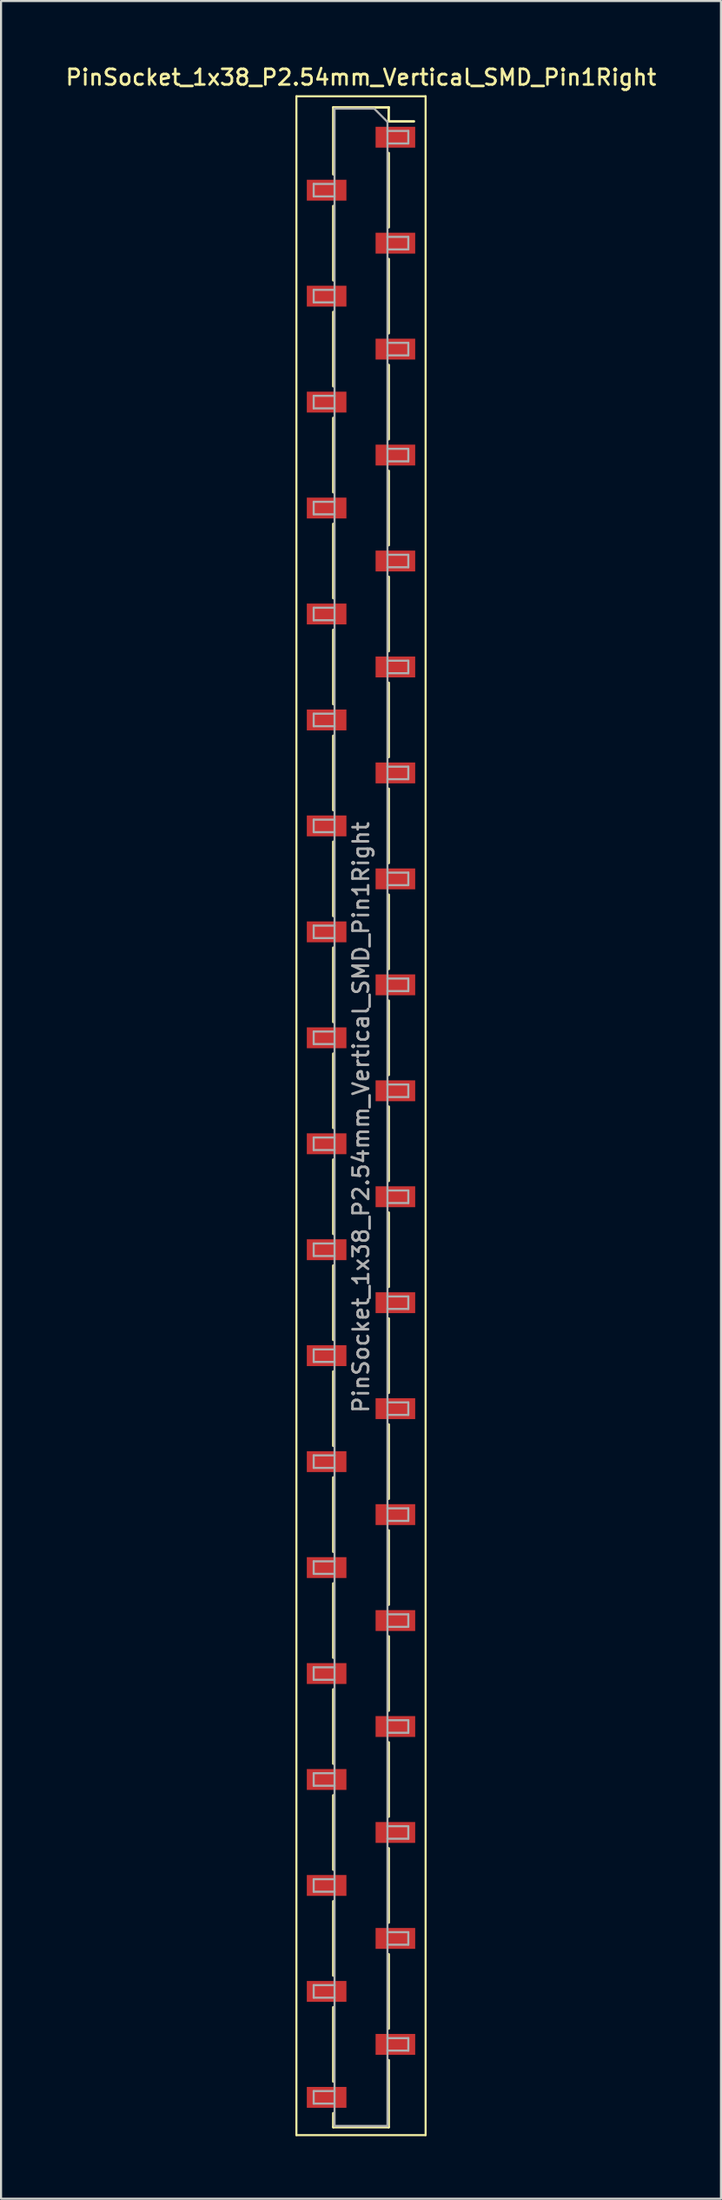
<source format=kicad_pcb>
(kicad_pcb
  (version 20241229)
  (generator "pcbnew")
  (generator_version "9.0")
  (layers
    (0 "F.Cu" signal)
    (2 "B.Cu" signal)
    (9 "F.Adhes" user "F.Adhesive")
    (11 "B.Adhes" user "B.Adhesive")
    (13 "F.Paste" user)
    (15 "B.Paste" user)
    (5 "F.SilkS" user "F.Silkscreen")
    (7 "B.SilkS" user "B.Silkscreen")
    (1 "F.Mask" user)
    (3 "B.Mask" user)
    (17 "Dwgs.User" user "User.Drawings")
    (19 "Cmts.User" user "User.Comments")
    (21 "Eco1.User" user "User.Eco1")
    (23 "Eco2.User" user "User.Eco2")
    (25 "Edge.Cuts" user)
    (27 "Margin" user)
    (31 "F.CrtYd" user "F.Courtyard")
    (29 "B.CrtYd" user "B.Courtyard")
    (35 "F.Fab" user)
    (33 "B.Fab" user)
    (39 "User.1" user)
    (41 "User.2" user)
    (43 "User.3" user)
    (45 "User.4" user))
  (footprint "PinSocket_1x38_P2.54mm_Vertical_SMD_Pin1Right"
    (layer "F.Cu")
    (at 14.273 50.518)
    (property "Reference" "PinSocket_1x38_P2.54mm_Vertical_SMD_Pin1Right" (at 0 -49.86 0) (layer "F.SilkS") (effects (font (size 0.75 0.75) (thickness 0.125))))
    (attr smd)
    (fp_line (start -3.1 -48.95) (end 3.1 -48.95) (stroke (width 0.1) (type solid)) (layer "F.SilkS"))
    (fp_line (start -3.1 48.8) (end -3.1 -48.95) (stroke (width 0.1) (type solid)) (layer "F.SilkS"))
    (fp_line (start -1.33 -48.42) (end -1.33 -45.21) (stroke (width 0.12) (type solid)) (layer "F.SilkS"))
    (fp_line (start -1.33 -48.42) (end 1.33 -48.42) (stroke (width 0.12) (type solid)) (layer "F.SilkS"))
    (fp_line (start -1.33 -43.69) (end -1.33 -40.13) (stroke (width 0.12) (type solid)) (layer "F.SilkS"))
    (fp_line (start -1.33 -38.61) (end -1.33 -35.05) (stroke (width 0.12) (type solid)) (layer "F.SilkS"))
    (fp_line (start -1.33 -33.53) (end -1.33 -29.97) (stroke (width 0.12) (type solid)) (layer "F.SilkS"))
    (fp_line (start -1.33 -28.45) (end -1.33 -24.89) (stroke (width 0.12) (type solid)) (layer "F.SilkS"))
    (fp_line (start -1.33 -23.37) (end -1.33 -19.81) (stroke (width 0.12) (type solid)) (layer "F.SilkS"))
    (fp_line (start -1.33 -18.29) (end -1.33 -14.73) (stroke (width 0.12) (type solid)) (layer "F.SilkS"))
    (fp_line (start -1.33 -13.21) (end -1.33 -9.65) (stroke (width 0.12) (type solid)) (layer "F.SilkS"))
    (fp_line (start -1.33 -8.13) (end -1.33 -4.57) (stroke (width 0.12) (type solid)) (layer "F.SilkS"))
    (fp_line (start -1.33 -3.05) (end -1.33 0.51) (stroke (width 0.12) (type solid)) (layer "F.SilkS"))
    (fp_line (start -1.33 2.03) (end -1.33 5.59) (stroke (width 0.12) (type solid)) (layer "F.SilkS"))
    (fp_line (start -1.33 7.11) (end -1.33 10.67) (stroke (width 0.12) (type solid)) (layer "F.SilkS"))
    (fp_line (start -1.33 12.19) (end -1.33 15.75) (stroke (width 0.12) (type solid)) (layer "F.SilkS"))
    (fp_line (start -1.33 17.27) (end -1.33 20.83) (stroke (width 0.12) (type solid)) (layer "F.SilkS"))
    (fp_line (start -1.33 22.35) (end -1.33 25.91) (stroke (width 0.12) (type solid)) (layer "F.SilkS"))
    (fp_line (start -1.33 27.43) (end -1.33 30.99) (stroke (width 0.12) (type solid)) (layer "F.SilkS"))
    (fp_line (start -1.33 32.51) (end -1.33 36.07) (stroke (width 0.12) (type solid)) (layer "F.SilkS"))
    (fp_line (start -1.33 37.59) (end -1.33 41.15) (stroke (width 0.12) (type solid)) (layer "F.SilkS"))
    (fp_line (start -1.33 42.67) (end -1.33 46.23) (stroke (width 0.12) (type solid)) (layer "F.SilkS"))
    (fp_line (start -1.33 47.75) (end -1.33 48.42) (stroke (width 0.12) (type solid)) (layer "F.SilkS"))
    (fp_line (start -1.33 48.42) (end 1.33 48.42) (stroke (width 0.12) (type solid)) (layer "F.SilkS"))
    (fp_line (start 1.33 -48.42) (end 1.33 -47.75) (stroke (width 0.12) (type solid)) (layer "F.SilkS"))
    (fp_line (start 1.33 -47.75) (end 2.54 -47.75) (stroke (width 0.12) (type solid)) (layer "F.SilkS"))
    (fp_line (start 1.33 -46.23) (end 1.33 -42.67) (stroke (width 0.12) (type solid)) (layer "F.SilkS"))
    (fp_line (start 1.33 -41.15) (end 1.33 -37.59) (stroke (width 0.12) (type solid)) (layer "F.SilkS"))
    (fp_line (start 1.33 -36.07) (end 1.33 -32.51) (stroke (width 0.12) (type solid)) (layer "F.SilkS"))
    (fp_line (start 1.33 -30.99) (end 1.33 -27.43) (stroke (width 0.12) (type solid)) (layer "F.SilkS"))
    (fp_line (start 1.33 -25.91) (end 1.33 -22.35) (stroke (width 0.12) (type solid)) (layer "F.SilkS"))
    (fp_line (start 1.33 -20.83) (end 1.33 -17.27) (stroke (width 0.12) (type solid)) (layer "F.SilkS"))
    (fp_line (start 1.33 -15.75) (end 1.33 -12.19) (stroke (width 0.12) (type solid)) (layer "F.SilkS"))
    (fp_line (start 1.33 -10.67) (end 1.33 -7.11) (stroke (width 0.12) (type solid)) (layer "F.SilkS"))
    (fp_line (start 1.33 -5.59) (end 1.33 -2.03) (stroke (width 0.12) (type solid)) (layer "F.SilkS"))
    (fp_line (start 1.33 -0.51) (end 1.33 3.05) (stroke (width 0.12) (type solid)) (layer "F.SilkS"))
    (fp_line (start 1.33 4.57) (end 1.33 8.13) (stroke (width 0.12) (type solid)) (layer "F.SilkS"))
    (fp_line (start 1.33 9.65) (end 1.33 13.21) (stroke (width 0.12) (type solid)) (layer "F.SilkS"))
    (fp_line (start 1.33 14.73) (end 1.33 18.29) (stroke (width 0.12) (type solid)) (layer "F.SilkS"))
    (fp_line (start 1.33 19.81) (end 1.33 23.37) (stroke (width 0.12) (type solid)) (layer "F.SilkS"))
    (fp_line (start 1.33 24.89) (end 1.33 28.45) (stroke (width 0.12) (type solid)) (layer "F.SilkS"))
    (fp_line (start 1.33 29.97) (end 1.33 33.53) (stroke (width 0.12) (type solid)) (layer "F.SilkS"))
    (fp_line (start 1.33 35.05) (end 1.33 38.61) (stroke (width 0.12) (type solid)) (layer "F.SilkS"))
    (fp_line (start 1.33 40.13) (end 1.33 43.69) (stroke (width 0.12) (type solid)) (layer "F.SilkS"))
    (fp_line (start 1.33 45.21) (end 1.33 48.42) (stroke (width 0.12) (type solid)) (layer "F.SilkS"))
    (fp_line (start 3.1 -48.95) (end 3.1 48.8) (stroke (width 0.1) (type solid)) (layer "F.SilkS"))
    (fp_line (start 3.1 48.8) (end -3.1 48.8) (stroke (width 0.1) (type solid)) (layer "F.SilkS"))
    (fp_line (start -2.27 -44.75) (end -1.27 -44.75) (stroke (width 0.1) (type solid)) (layer "F.Fab"))
    (fp_line (start -2.27 -44.15) (end -2.27 -44.75) (stroke (width 0.1) (type solid)) (layer "F.Fab"))
    (fp_line (start -2.27 -39.67) (end -1.27 -39.67) (stroke (width 0.1) (type solid)) (layer "F.Fab"))
    (fp_line (start -2.27 -39.07) (end -2.27 -39.67) (stroke (width 0.1) (type solid)) (layer "F.Fab"))
    (fp_line (start -2.27 -34.59) (end -1.27 -34.59) (stroke (width 0.1) (type solid)) (layer "F.Fab"))
    (fp_line (start -2.27 -33.99) (end -2.27 -34.59) (stroke (width 0.1) (type solid)) (layer "F.Fab"))
    (fp_line (start -2.27 -29.51) (end -1.27 -29.51) (stroke (width 0.1) (type solid)) (layer "F.Fab"))
    (fp_line (start -2.27 -28.91) (end -2.27 -29.51) (stroke (width 0.1) (type solid)) (layer "F.Fab"))
    (fp_line (start -2.27 -24.43) (end -1.27 -24.43) (stroke (width 0.1) (type solid)) (layer "F.Fab"))
    (fp_line (start -2.27 -23.83) (end -2.27 -24.43) (stroke (width 0.1) (type solid)) (layer "F.Fab"))
    (fp_line (start -2.27 -19.35) (end -1.27 -19.35) (stroke (width 0.1) (type solid)) (layer "F.Fab"))
    (fp_line (start -2.27 -18.75) (end -2.27 -19.35) (stroke (width 0.1) (type solid)) (layer "F.Fab"))
    (fp_line (start -2.27 -14.27) (end -1.27 -14.27) (stroke (width 0.1) (type solid)) (layer "F.Fab"))
    (fp_line (start -2.27 -13.67) (end -2.27 -14.27) (stroke (width 0.1) (type solid)) (layer "F.Fab"))
    (fp_line (start -2.27 -9.19) (end -1.27 -9.19) (stroke (width 0.1) (type solid)) (layer "F.Fab"))
    (fp_line (start -2.27 -8.59) (end -2.27 -9.19) (stroke (width 0.1) (type solid)) (layer "F.Fab"))
    (fp_line (start -2.27 -4.11) (end -1.27 -4.11) (stroke (width 0.1) (type solid)) (layer "F.Fab"))
    (fp_line (start -2.27 -3.51) (end -2.27 -4.11) (stroke (width 0.1) (type solid)) (layer "F.Fab"))
    (fp_line (start -2.27 0.97) (end -1.27 0.97) (stroke (width 0.1) (type solid)) (layer "F.Fab"))
    (fp_line (start -2.27 1.57) (end -2.27 0.97) (stroke (width 0.1) (type solid)) (layer "F.Fab"))
    (fp_line (start -2.27 6.05) (end -1.27 6.05) (stroke (width 0.1) (type solid)) (layer "F.Fab"))
    (fp_line (start -2.27 6.65) (end -2.27 6.05) (stroke (width 0.1) (type solid)) (layer "F.Fab"))
    (fp_line (start -2.27 11.13) (end -1.27 11.13) (stroke (width 0.1) (type solid)) (layer "F.Fab"))
    (fp_line (start -2.27 11.73) (end -2.27 11.13) (stroke (width 0.1) (type solid)) (layer "F.Fab"))
    (fp_line (start -2.27 16.21) (end -1.27 16.21) (stroke (width 0.1) (type solid)) (layer "F.Fab"))
    (fp_line (start -2.27 16.81) (end -2.27 16.21) (stroke (width 0.1) (type solid)) (layer "F.Fab"))
    (fp_line (start -2.27 21.29) (end -1.27 21.29) (stroke (width 0.1) (type solid)) (layer "F.Fab"))
    (fp_line (start -2.27 21.89) (end -2.27 21.29) (stroke (width 0.1) (type solid)) (layer "F.Fab"))
    (fp_line (start -2.27 26.37) (end -1.27 26.37) (stroke (width 0.1) (type solid)) (layer "F.Fab"))
    (fp_line (start -2.27 26.97) (end -2.27 26.37) (stroke (width 0.1) (type solid)) (layer "F.Fab"))
    (fp_line (start -2.27 31.45) (end -1.27 31.45) (stroke (width 0.1) (type solid)) (layer "F.Fab"))
    (fp_line (start -2.27 32.05) (end -2.27 31.45) (stroke (width 0.1) (type solid)) (layer "F.Fab"))
    (fp_line (start -2.27 36.53) (end -1.27 36.53) (stroke (width 0.1) (type solid)) (layer "F.Fab"))
    (fp_line (start -2.27 37.13) (end -2.27 36.53) (stroke (width 0.1) (type solid)) (layer "F.Fab"))
    (fp_line (start -2.27 41.61) (end -1.27 41.61) (stroke (width 0.1) (type solid)) (layer "F.Fab"))
    (fp_line (start -2.27 42.21) (end -2.27 41.61) (stroke (width 0.1) (type solid)) (layer "F.Fab"))
    (fp_line (start -2.27 46.69) (end -1.27 46.69) (stroke (width 0.1) (type solid)) (layer "F.Fab"))
    (fp_line (start -2.27 47.29) (end -2.27 46.69) (stroke (width 0.1) (type solid)) (layer "F.Fab"))
    (fp_line (start -1.27 -48.36) (end 0.635 -48.36) (stroke (width 0.1) (type solid)) (layer "F.Fab"))
    (fp_line (start -1.27 -44.15) (end -2.27 -44.15) (stroke (width 0.1) (type solid)) (layer "F.Fab"))
    (fp_line (start -1.27 -39.07) (end -2.27 -39.07) (stroke (width 0.1) (type solid)) (layer "F.Fab"))
    (fp_line (start -1.27 -33.99) (end -2.27 -33.99) (stroke (width 0.1) (type solid)) (layer "F.Fab"))
    (fp_line (start -1.27 -28.91) (end -2.27 -28.91) (stroke (width 0.1) (type solid)) (layer "F.Fab"))
    (fp_line (start -1.27 -23.83) (end -2.27 -23.83) (stroke (width 0.1) (type solid)) (layer "F.Fab"))
    (fp_line (start -1.27 -18.75) (end -2.27 -18.75) (stroke (width 0.1) (type solid)) (layer "F.Fab"))
    (fp_line (start -1.27 -13.67) (end -2.27 -13.67) (stroke (width 0.1) (type solid)) (layer "F.Fab"))
    (fp_line (start -1.27 -8.59) (end -2.27 -8.59) (stroke (width 0.1) (type solid)) (layer "F.Fab"))
    (fp_line (start -1.27 -3.51) (end -2.27 -3.51) (stroke (width 0.1) (type solid)) (layer "F.Fab"))
    (fp_line (start -1.27 1.57) (end -2.27 1.57) (stroke (width 0.1) (type solid)) (layer "F.Fab"))
    (fp_line (start -1.27 6.65) (end -2.27 6.65) (stroke (width 0.1) (type solid)) (layer "F.Fab"))
    (fp_line (start -1.27 11.73) (end -2.27 11.73) (stroke (width 0.1) (type solid)) (layer "F.Fab"))
    (fp_line (start -1.27 16.81) (end -2.27 16.81) (stroke (width 0.1) (type solid)) (layer "F.Fab"))
    (fp_line (start -1.27 21.89) (end -2.27 21.89) (stroke (width 0.1) (type solid)) (layer "F.Fab"))
    (fp_line (start -1.27 26.97) (end -2.27 26.97) (stroke (width 0.1) (type solid)) (layer "F.Fab"))
    (fp_line (start -1.27 32.05) (end -2.27 32.05) (stroke (width 0.1) (type solid)) (layer "F.Fab"))
    (fp_line (start -1.27 37.13) (end -2.27 37.13) (stroke (width 0.1) (type solid)) (layer "F.Fab"))
    (fp_line (start -1.27 42.21) (end -2.27 42.21) (stroke (width 0.1) (type solid)) (layer "F.Fab"))
    (fp_line (start -1.27 47.29) (end -2.27 47.29) (stroke (width 0.1) (type solid)) (layer "F.Fab"))
    (fp_line (start -1.27 48.36) (end -1.27 -48.36) (stroke (width 0.1) (type solid)) (layer "F.Fab"))
    (fp_line (start 0.635 -48.36) (end 1.27 -47.725) (stroke (width 0.1) (type solid)) (layer "F.Fab"))
    (fp_line (start 1.27 -47.725) (end 1.27 48.36) (stroke (width 0.1) (type solid)) (layer "F.Fab"))
    (fp_line (start 1.27 -47.29) (end 2.27 -47.29) (stroke (width 0.1) (type solid)) (layer "F.Fab"))
    (fp_line (start 1.27 -42.21) (end 2.27 -42.21) (stroke (width 0.1) (type solid)) (layer "F.Fab"))
    (fp_line (start 1.27 -37.13) (end 2.27 -37.13) (stroke (width 0.1) (type solid)) (layer "F.Fab"))
    (fp_line (start 1.27 -32.05) (end 2.27 -32.05) (stroke (width 0.1) (type solid)) (layer "F.Fab"))
    (fp_line (start 1.27 -26.97) (end 2.27 -26.97) (stroke (width 0.1) (type solid)) (layer "F.Fab"))
    (fp_line (start 1.27 -21.89) (end 2.27 -21.89) (stroke (width 0.1) (type solid)) (layer "F.Fab"))
    (fp_line (start 1.27 -16.81) (end 2.27 -16.81) (stroke (width 0.1) (type solid)) (layer "F.Fab"))
    (fp_line (start 1.27 -11.73) (end 2.27 -11.73) (stroke (width 0.1) (type solid)) (layer "F.Fab"))
    (fp_line (start 1.27 -6.65) (end 2.27 -6.65) (stroke (width 0.1) (type solid)) (layer "F.Fab"))
    (fp_line (start 1.27 -1.57) (end 2.27 -1.57) (stroke (width 0.1) (type solid)) (layer "F.Fab"))
    (fp_line (start 1.27 3.51) (end 2.27 3.51) (stroke (width 0.1) (type solid)) (layer "F.Fab"))
    (fp_line (start 1.27 8.59) (end 2.27 8.59) (stroke (width 0.1) (type solid)) (layer "F.Fab"))
    (fp_line (start 1.27 13.67) (end 2.27 13.67) (stroke (width 0.1) (type solid)) (layer "F.Fab"))
    (fp_line (start 1.27 18.75) (end 2.27 18.75) (stroke (width 0.1) (type solid)) (layer "F.Fab"))
    (fp_line (start 1.27 23.83) (end 2.27 23.83) (stroke (width 0.1) (type solid)) (layer "F.Fab"))
    (fp_line (start 1.27 28.91) (end 2.27 28.91) (stroke (width 0.1) (type solid)) (layer "F.Fab"))
    (fp_line (start 1.27 33.99) (end 2.27 33.99) (stroke (width 0.1) (type solid)) (layer "F.Fab"))
    (fp_line (start 1.27 39.07) (end 2.27 39.07) (stroke (width 0.1) (type solid)) (layer "F.Fab"))
    (fp_line (start 1.27 44.15) (end 2.27 44.15) (stroke (width 0.1) (type solid)) (layer "F.Fab"))
    (fp_line (start 1.27 48.36) (end -1.27 48.36) (stroke (width 0.1) (type solid)) (layer "F.Fab"))
    (fp_line (start 2.27 -47.29) (end 2.27 -46.69) (stroke (width 0.1) (type solid)) (layer "F.Fab"))
    (fp_line (start 2.27 -46.69) (end 1.27 -46.69) (stroke (width 0.1) (type solid)) (layer "F.Fab"))
    (fp_line (start 2.27 -42.21) (end 2.27 -41.61) (stroke (width 0.1) (type solid)) (layer "F.Fab"))
    (fp_line (start 2.27 -41.61) (end 1.27 -41.61) (stroke (width 0.1) (type solid)) (layer "F.Fab"))
    (fp_line (start 2.27 -37.13) (end 2.27 -36.53) (stroke (width 0.1) (type solid)) (layer "F.Fab"))
    (fp_line (start 2.27 -36.53) (end 1.27 -36.53) (stroke (width 0.1) (type solid)) (layer "F.Fab"))
    (fp_line (start 2.27 -32.05) (end 2.27 -31.45) (stroke (width 0.1) (type solid)) (layer "F.Fab"))
    (fp_line (start 2.27 -31.45) (end 1.27 -31.45) (stroke (width 0.1) (type solid)) (layer "F.Fab"))
    (fp_line (start 2.27 -26.97) (end 2.27 -26.37) (stroke (width 0.1) (type solid)) (layer "F.Fab"))
    (fp_line (start 2.27 -26.37) (end 1.27 -26.37) (stroke (width 0.1) (type solid)) (layer "F.Fab"))
    (fp_line (start 2.27 -21.89) (end 2.27 -21.29) (stroke (width 0.1) (type solid)) (layer "F.Fab"))
    (fp_line (start 2.27 -21.29) (end 1.27 -21.29) (stroke (width 0.1) (type solid)) (layer "F.Fab"))
    (fp_line (start 2.27 -16.81) (end 2.27 -16.21) (stroke (width 0.1) (type solid)) (layer "F.Fab"))
    (fp_line (start 2.27 -16.21) (end 1.27 -16.21) (stroke (width 0.1) (type solid)) (layer "F.Fab"))
    (fp_line (start 2.27 -11.73) (end 2.27 -11.13) (stroke (width 0.1) (type solid)) (layer "F.Fab"))
    (fp_line (start 2.27 -11.13) (end 1.27 -11.13) (stroke (width 0.1) (type solid)) (layer "F.Fab"))
    (fp_line (start 2.27 -6.65) (end 2.27 -6.05) (stroke (width 0.1) (type solid)) (layer "F.Fab"))
    (fp_line (start 2.27 -6.05) (end 1.27 -6.05) (stroke (width 0.1) (type solid)) (layer "F.Fab"))
    (fp_line (start 2.27 -1.57) (end 2.27 -0.97) (stroke (width 0.1) (type solid)) (layer "F.Fab"))
    (fp_line (start 2.27 -0.97) (end 1.27 -0.97) (stroke (width 0.1) (type solid)) (layer "F.Fab"))
    (fp_line (start 2.27 3.51) (end 2.27 4.11) (stroke (width 0.1) (type solid)) (layer "F.Fab"))
    (fp_line (start 2.27 4.11) (end 1.27 4.11) (stroke (width 0.1) (type solid)) (layer "F.Fab"))
    (fp_line (start 2.27 8.59) (end 2.27 9.19) (stroke (width 0.1) (type solid)) (layer "F.Fab"))
    (fp_line (start 2.27 9.19) (end 1.27 9.19) (stroke (width 0.1) (type solid)) (layer "F.Fab"))
    (fp_line (start 2.27 13.67) (end 2.27 14.27) (stroke (width 0.1) (type solid)) (layer "F.Fab"))
    (fp_line (start 2.27 14.27) (end 1.27 14.27) (stroke (width 0.1) (type solid)) (layer "F.Fab"))
    (fp_line (start 2.27 18.75) (end 2.27 19.35) (stroke (width 0.1) (type solid)) (layer "F.Fab"))
    (fp_line (start 2.27 19.35) (end 1.27 19.35) (stroke (width 0.1) (type solid)) (layer "F.Fab"))
    (fp_line (start 2.27 23.83) (end 2.27 24.43) (stroke (width 0.1) (type solid)) (layer "F.Fab"))
    (fp_line (start 2.27 24.43) (end 1.27 24.43) (stroke (width 0.1) (type solid)) (layer "F.Fab"))
    (fp_line (start 2.27 28.91) (end 2.27 29.51) (stroke (width 0.1) (type solid)) (layer "F.Fab"))
    (fp_line (start 2.27 29.51) (end 1.27 29.51) (stroke (width 0.1) (type solid)) (layer "F.Fab"))
    (fp_line (start 2.27 33.99) (end 2.27 34.59) (stroke (width 0.1) (type solid)) (layer "F.Fab"))
    (fp_line (start 2.27 34.59) (end 1.27 34.59) (stroke (width 0.1) (type solid)) (layer "F.Fab"))
    (fp_line (start 2.27 39.07) (end 2.27 39.67) (stroke (width 0.1) (type solid)) (layer "F.Fab"))
    (fp_line (start 2.27 39.67) (end 1.27 39.67) (stroke (width 0.1) (type solid)) (layer "F.Fab"))
    (fp_line (start 2.27 44.15) (end 2.27 44.75) (stroke (width 0.1) (type solid)) (layer "F.Fab"))
    (fp_line (start 2.27 44.75) (end 1.27 44.75) (stroke (width 0.1) (type solid)) (layer "F.Fab"))
    (fp_text user "${REFERENCE}" (at 0 0 90) (layer "F.Fab") (effects (font (size 0.75 0.75) (thickness 0.125))))
    (pad "1" smd rect (at 1.65 -46.99) (size 1.9 1) (layers "F.Cu" "F.Mask" "F.Paste"))
    (pad "2" smd rect (at -1.65 -44.45) (size 1.9 1) (layers "F.Cu" "F.Mask" "F.Paste"))
    (pad "3" smd rect (at 1.65 -41.91) (size 1.9 1) (layers "F.Cu" "F.Mask" "F.Paste"))
    (pad "4" smd rect (at -1.65 -39.37) (size 1.9 1) (layers "F.Cu" "F.Mask" "F.Paste"))
    (pad "5" smd rect (at 1.65 -36.83) (size 1.9 1) (layers "F.Cu" "F.Mask" "F.Paste"))
    (pad "6" smd rect (at -1.65 -34.29) (size 1.9 1) (layers "F.Cu" "F.Mask" "F.Paste"))
    (pad "7" smd rect (at 1.65 -31.75) (size 1.9 1) (layers "F.Cu" "F.Mask" "F.Paste"))
    (pad "8" smd rect (at -1.65 -29.21) (size 1.9 1) (layers "F.Cu" "F.Mask" "F.Paste"))
    (pad "9" smd rect (at 1.65 -26.67) (size 1.9 1) (layers "F.Cu" "F.Mask" "F.Paste"))
    (pad "10" smd rect (at -1.65 -24.13) (size 1.9 1) (layers "F.Cu" "F.Mask" "F.Paste"))
    (pad "11" smd rect (at 1.65 -21.59) (size 1.9 1) (layers "F.Cu" "F.Mask" "F.Paste"))
    (pad "12" smd rect (at -1.65 -19.05) (size 1.9 1) (layers "F.Cu" "F.Mask" "F.Paste"))
    (pad "13" smd rect (at 1.65 -16.51) (size 1.9 1) (layers "F.Cu" "F.Mask" "F.Paste"))
    (pad "14" smd rect (at -1.65 -13.97) (size 1.9 1) (layers "F.Cu" "F.Mask" "F.Paste"))
    (pad "15" smd rect (at 1.65 -11.43) (size 1.9 1) (layers "F.Cu" "F.Mask" "F.Paste"))
    (pad "16" smd rect (at -1.65 -8.89) (size 1.9 1) (layers "F.Cu" "F.Mask" "F.Paste"))
    (pad "17" smd rect (at 1.65 -6.35) (size 1.9 1) (layers "F.Cu" "F.Mask" "F.Paste"))
    (pad "18" smd rect (at -1.65 -3.81) (size 1.9 1) (layers "F.Cu" "F.Mask" "F.Paste"))
    (pad "19" smd rect (at 1.65 -1.27) (size 1.9 1) (layers "F.Cu" "F.Mask" "F.Paste"))
    (pad "20" smd rect (at -1.65 1.27) (size 1.9 1) (layers "F.Cu" "F.Mask" "F.Paste"))
    (pad "21" smd rect (at 1.65 3.81) (size 1.9 1) (layers "F.Cu" "F.Mask" "F.Paste"))
    (pad "22" smd rect (at -1.65 6.35) (size 1.9 1) (layers "F.Cu" "F.Mask" "F.Paste"))
    (pad "23" smd rect (at 1.65 8.89) (size 1.9 1) (layers "F.Cu" "F.Mask" "F.Paste"))
    (pad "24" smd rect (at -1.65 11.43) (size 1.9 1) (layers "F.Cu" "F.Mask" "F.Paste"))
    (pad "25" smd rect (at 1.65 13.97) (size 1.9 1) (layers "F.Cu" "F.Mask" "F.Paste"))
    (pad "26" smd rect (at -1.65 16.51) (size 1.9 1) (layers "F.Cu" "F.Mask" "F.Paste"))
    (pad "27" smd rect (at 1.65 19.05) (size 1.9 1) (layers "F.Cu" "F.Mask" "F.Paste"))
    (pad "28" smd rect (at -1.65 21.59) (size 1.9 1) (layers "F.Cu" "F.Mask" "F.Paste"))
    (pad "29" smd rect (at 1.65 24.13) (size 1.9 1) (layers "F.Cu" "F.Mask" "F.Paste"))
    (pad "30" smd rect (at -1.65 26.67) (size 1.9 1) (layers "F.Cu" "F.Mask" "F.Paste"))
    (pad "31" smd rect (at 1.65 29.21) (size 1.9 1) (layers "F.Cu" "F.Mask" "F.Paste"))
    (pad "32" smd rect (at -1.65 31.75) (size 1.9 1) (layers "F.Cu" "F.Mask" "F.Paste"))
    (pad "33" smd rect (at 1.65 34.29) (size 1.9 1) (layers "F.Cu" "F.Mask" "F.Paste"))
    (pad "34" smd rect (at -1.65 36.83) (size 1.9 1) (layers "F.Cu" "F.Mask" "F.Paste"))
    (pad "35" smd rect (at 1.65 39.37) (size 1.9 1) (layers "F.Cu" "F.Mask" "F.Paste"))
    (pad "36" smd rect (at -1.65 41.91) (size 1.9 1) (layers "F.Cu" "F.Mask" "F.Paste"))
    (pad "37" smd rect (at 1.65 44.45) (size 1.9 1) (layers "F.Cu" "F.Mask" "F.Paste"))
    (pad "38" smd rect (at -1.65 46.99) (size 1.9 1) (layers "F.Cu" "F.Mask" "F.Paste")))
  (gr_rect
    (start -3 -3)
    (end 31.546 102.368)
    (stroke (width 0.1) (type default))
    (fill no)
    (layer "Edge.Cuts")))
</source>
